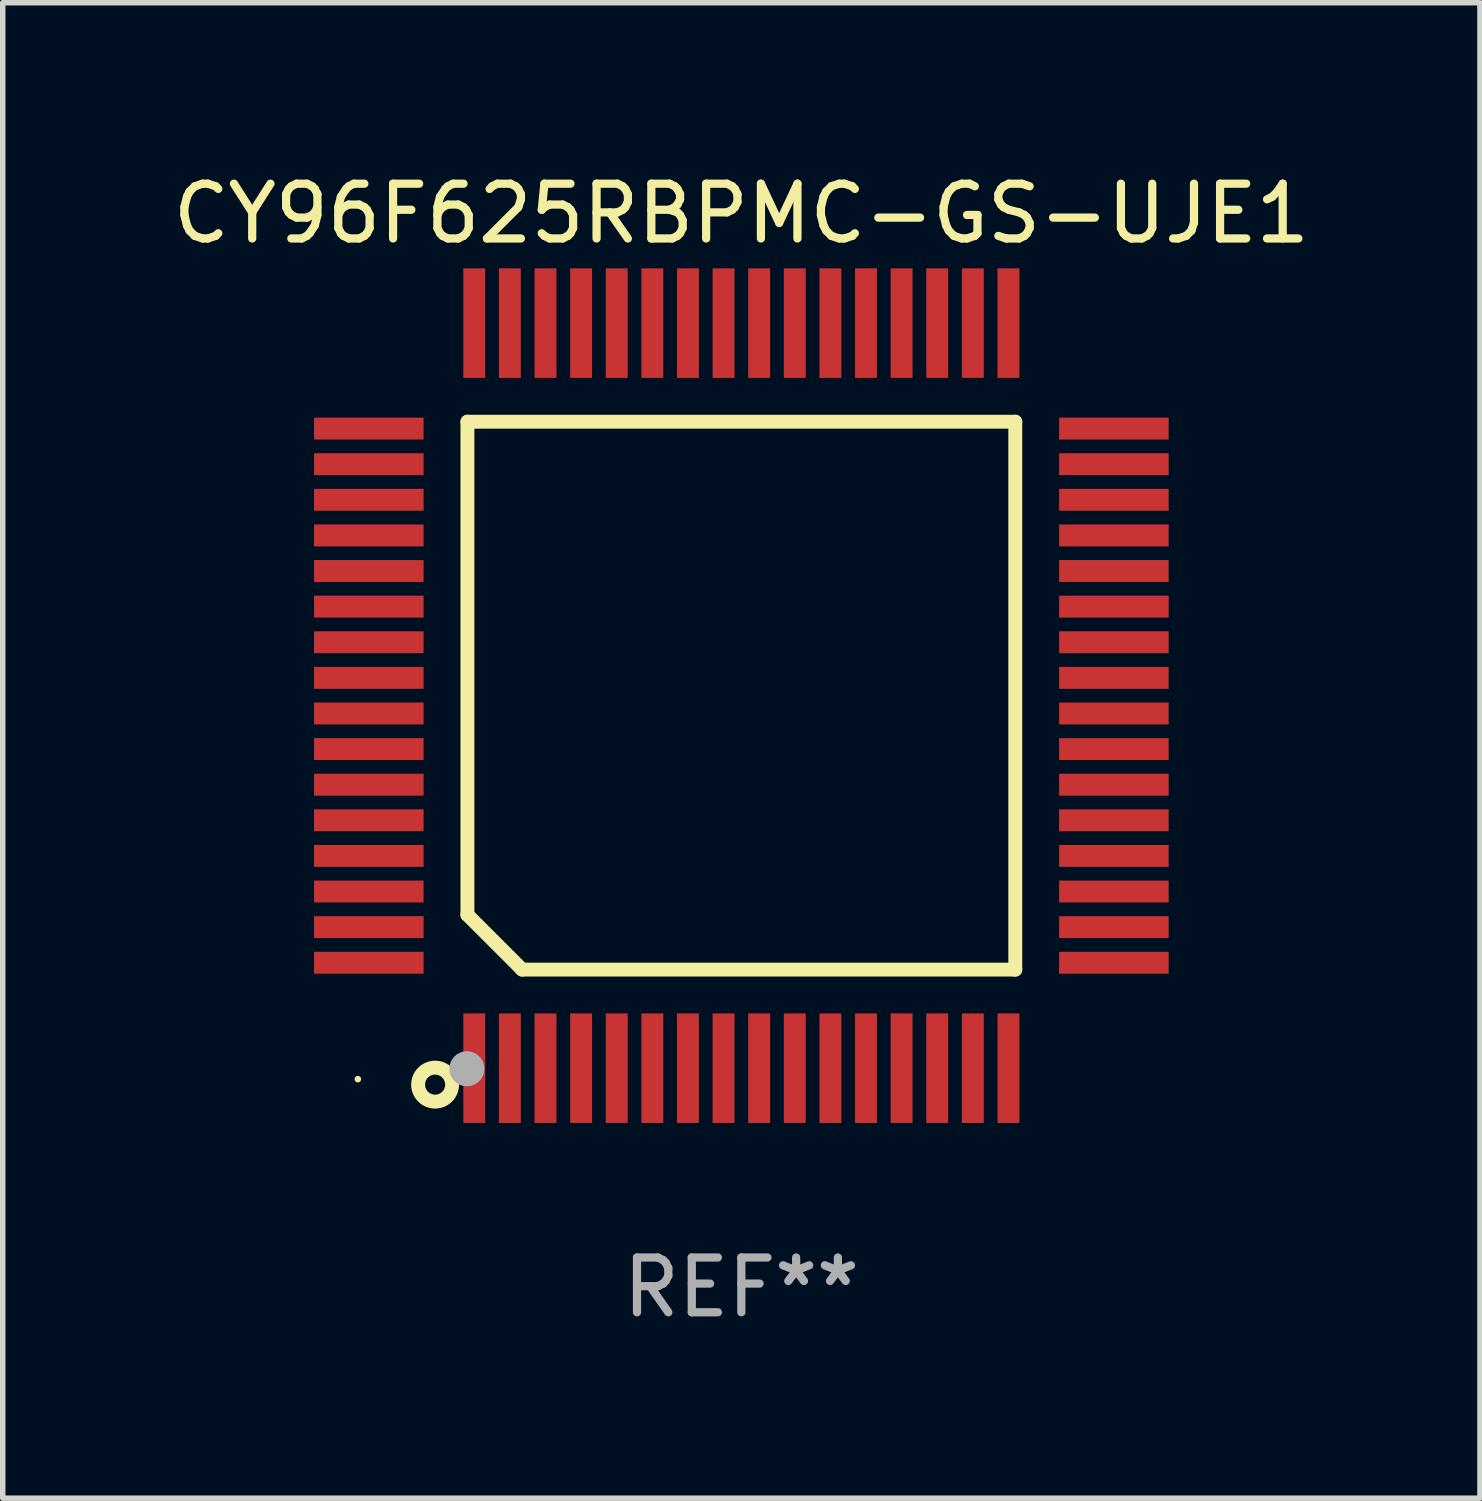
<source format=kicad_pcb>
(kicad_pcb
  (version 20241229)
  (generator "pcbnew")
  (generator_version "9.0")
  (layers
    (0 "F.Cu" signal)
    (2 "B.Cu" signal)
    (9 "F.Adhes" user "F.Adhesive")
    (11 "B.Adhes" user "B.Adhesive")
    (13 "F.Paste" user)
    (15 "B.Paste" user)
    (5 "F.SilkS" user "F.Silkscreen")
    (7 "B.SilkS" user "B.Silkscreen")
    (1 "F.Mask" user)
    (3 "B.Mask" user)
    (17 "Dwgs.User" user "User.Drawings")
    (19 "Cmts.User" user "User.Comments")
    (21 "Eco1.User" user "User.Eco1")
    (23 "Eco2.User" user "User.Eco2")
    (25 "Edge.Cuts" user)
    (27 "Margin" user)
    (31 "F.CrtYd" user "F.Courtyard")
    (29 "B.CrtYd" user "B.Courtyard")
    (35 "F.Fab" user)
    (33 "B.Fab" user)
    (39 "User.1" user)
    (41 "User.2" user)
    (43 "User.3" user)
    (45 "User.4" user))
  (footprint "CY96F625RBPMC-GS-UJE1"
    (layer "F.Cu")
    (at 10.482 9.648)
    (property "Reference" "CY96F625RBPMC-GS-UJE1" (at 0 -8.8 0) (layer "F.SilkS") (effects (font (size 1 1) (thickness 0.15))))
    (attr through_hole)
    (fp_line (start -5 -5) (end 5 -5) (stroke (width 0.254) (type solid)) (layer "F.SilkS"))
    (fp_line (start -5 4) (end -5 -5) (stroke (width 0.254) (type solid)) (layer "F.SilkS"))
    (fp_line (start -4 5) (end -5 4) (stroke (width 0.254) (type solid)) (layer "F.SilkS"))
    (fp_line (start 5 -5) (end 5 5) (stroke (width 0.254) (type solid)) (layer "F.SilkS"))
    (fp_line (start 5 5) (end -4 5) (stroke (width 0.254) (type solid)) (layer "F.SilkS"))
    (fp_circle (center -7 7) (end -6.97 7) (stroke (width 0.06) (type solid)) (fill no) (layer "F.SilkS"))
    (fp_circle (center -5.59 7.1) (end -5.28 7.1) (stroke (width 0.254) (type solid)) (fill no) (layer "F.SilkS"))
    (fp_circle (center -5.01 6.81) (end -4.85 6.81) (stroke (width 0.32) (type solid)) (fill no) (layer "F.Fab"))
    (fp_text user "REF**" (at 0 10.8 0) (layer "F.Fab") (effects (font (size 1 1) (thickness 0.15))))
    (pad "1" smd rect (at -4.875 6.8) (size 0.4 2) (layers "F.Cu" "F.Mask" "F.Paste"))
    (pad "2" smd rect (at -4.225 6.8) (size 0.4 2) (layers "F.Cu" "F.Mask" "F.Paste"))
    (pad "3" smd rect (at -3.575 6.8) (size 0.4 2) (layers "F.Cu" "F.Mask" "F.Paste"))
    (pad "4" smd rect (at -2.925 6.8) (size 0.4 2) (layers "F.Cu" "F.Mask" "F.Paste"))
    (pad "5" smd rect (at -2.275 6.8) (size 0.4 2) (layers "F.Cu" "F.Mask" "F.Paste"))
    (pad "6" smd rect (at -1.625 6.8) (size 0.4 2) (layers "F.Cu" "F.Mask" "F.Paste"))
    (pad "7" smd rect (at -0.975 6.8) (size 0.4 2) (layers "F.Cu" "F.Mask" "F.Paste"))
    (pad "8" smd rect (at -0.325 6.8) (size 0.4 2) (layers "F.Cu" "F.Mask" "F.Paste"))
    (pad "9" smd rect (at 0.325 6.8) (size 0.4 2) (layers "F.Cu" "F.Mask" "F.Paste"))
    (pad "10" smd rect (at 0.975 6.8) (size 0.4 2) (layers "F.Cu" "F.Mask" "F.Paste"))
    (pad "11" smd rect (at 1.625 6.8) (size 0.4 2) (layers "F.Cu" "F.Mask" "F.Paste"))
    (pad "12" smd rect (at 2.275 6.8) (size 0.4 2) (layers "F.Cu" "F.Mask" "F.Paste"))
    (pad "13" smd rect (at 2.925 6.8) (size 0.4 2) (layers "F.Cu" "F.Mask" "F.Paste"))
    (pad "14" smd rect (at 3.575 6.8) (size 0.4 2) (layers "F.Cu" "F.Mask" "F.Paste"))
    (pad "15" smd rect (at 4.225 6.8) (size 0.4 2) (layers "F.Cu" "F.Mask" "F.Paste"))
    (pad "16" smd rect (at 4.875 6.8) (size 0.4 2) (layers "F.Cu" "F.Mask" "F.Paste"))
    (pad "17" smd rect (at 6.8 4.875) (size 2 0.4) (layers "F.Cu" "F.Mask" "F.Paste"))
    (pad "18" smd rect (at 6.8 4.225) (size 2 0.4) (layers "F.Cu" "F.Mask" "F.Paste"))
    (pad "19" smd rect (at 6.8 3.575) (size 2 0.4) (layers "F.Cu" "F.Mask" "F.Paste"))
    (pad "20" smd rect (at 6.8 2.925) (size 2 0.4) (layers "F.Cu" "F.Mask" "F.Paste"))
    (pad "21" smd rect (at 6.8 2.275) (size 2 0.4) (layers "F.Cu" "F.Mask" "F.Paste"))
    (pad "22" smd rect (at 6.8 1.625) (size 2 0.4) (layers "F.Cu" "F.Mask" "F.Paste"))
    (pad "23" smd rect (at 6.8 0.975) (size 2 0.4) (layers "F.Cu" "F.Mask" "F.Paste"))
    (pad "24" smd rect (at 6.8 0.325) (size 2 0.4) (layers "F.Cu" "F.Mask" "F.Paste"))
    (pad "25" smd rect (at 6.8 -0.325) (size 2 0.4) (layers "F.Cu" "F.Mask" "F.Paste"))
    (pad "26" smd rect (at 6.8 -0.975) (size 2 0.4) (layers "F.Cu" "F.Mask" "F.Paste"))
    (pad "27" smd rect (at 6.8 -1.625) (size 2 0.4) (layers "F.Cu" "F.Mask" "F.Paste"))
    (pad "28" smd rect (at 6.8 -2.275) (size 2 0.4) (layers "F.Cu" "F.Mask" "F.Paste"))
    (pad "29" smd rect (at 6.8 -2.925) (size 2 0.4) (layers "F.Cu" "F.Mask" "F.Paste"))
    (pad "30" smd rect (at 6.8 -3.575) (size 2 0.4) (layers "F.Cu" "F.Mask" "F.Paste"))
    (pad "31" smd rect (at 6.8 -4.225) (size 2 0.4) (layers "F.Cu" "F.Mask" "F.Paste"))
    (pad "32" smd rect (at 6.8 -4.875) (size 2 0.4) (layers "F.Cu" "F.Mask" "F.Paste"))
    (pad "33" smd rect (at 4.875 -6.8) (size 0.4 2) (layers "F.Cu" "F.Mask" "F.Paste"))
    (pad "34" smd rect (at 4.225 -6.8) (size 0.4 2) (layers "F.Cu" "F.Mask" "F.Paste"))
    (pad "35" smd rect (at 3.575 -6.8) (size 0.4 2) (layers "F.Cu" "F.Mask" "F.Paste"))
    (pad "36" smd rect (at 2.925 -6.8) (size 0.4 2) (layers "F.Cu" "F.Mask" "F.Paste"))
    (pad "37" smd rect (at 2.275 -6.8) (size 0.4 2) (layers "F.Cu" "F.Mask" "F.Paste"))
    (pad "38" smd rect (at 1.625 -6.8) (size 0.4 2) (layers "F.Cu" "F.Mask" "F.Paste"))
    (pad "39" smd rect (at 0.975 -6.8) (size 0.4 2) (layers "F.Cu" "F.Mask" "F.Paste"))
    (pad "40" smd rect (at 0.325 -6.8) (size 0.4 2) (layers "F.Cu" "F.Mask" "F.Paste"))
    (pad "41" smd rect (at -0.325 -6.8) (size 0.4 2) (layers "F.Cu" "F.Mask" "F.Paste"))
    (pad "42" smd rect (at -0.975 -6.8) (size 0.4 2) (layers "F.Cu" "F.Mask" "F.Paste"))
    (pad "43" smd rect (at -1.625 -6.8) (size 0.4 2) (layers "F.Cu" "F.Mask" "F.Paste"))
    (pad "44" smd rect (at -2.275 -6.8) (size 0.4 2) (layers "F.Cu" "F.Mask" "F.Paste"))
    (pad "45" smd rect (at -2.925 -6.8) (size 0.4 2) (layers "F.Cu" "F.Mask" "F.Paste"))
    (pad "46" smd rect (at -3.575 -6.8) (size 0.4 2) (layers "F.Cu" "F.Mask" "F.Paste"))
    (pad "47" smd rect (at -4.225 -6.8) (size 0.4 2) (layers "F.Cu" "F.Mask" "F.Paste"))
    (pad "48" smd rect (at -4.875 -6.8) (size 0.4 2) (layers "F.Cu" "F.Mask" "F.Paste"))
    (pad "49" smd rect (at -6.8 -4.875) (size 2 0.4) (layers "F.Cu" "F.Mask" "F.Paste"))
    (pad "50" smd rect (at -6.8 -4.225) (size 2 0.4) (layers "F.Cu" "F.Mask" "F.Paste"))
    (pad "51" smd rect (at -6.8 -3.575) (size 2 0.4) (layers "F.Cu" "F.Mask" "F.Paste"))
    (pad "52" smd rect (at -6.8 -2.925) (size 2 0.4) (layers "F.Cu" "F.Mask" "F.Paste"))
    (pad "53" smd rect (at -6.8 -2.275) (size 2 0.4) (layers "F.Cu" "F.Mask" "F.Paste"))
    (pad "54" smd rect (at -6.8 -1.625) (size 2 0.4) (layers "F.Cu" "F.Mask" "F.Paste"))
    (pad "55" smd rect (at -6.8 -0.975) (size 2 0.4) (layers "F.Cu" "F.Mask" "F.Paste"))
    (pad "56" smd rect (at -6.8 -0.325) (size 2 0.4) (layers "F.Cu" "F.Mask" "F.Paste"))
    (pad "57" smd rect (at -6.8 0.325) (size 2 0.4) (layers "F.Cu" "F.Mask" "F.Paste"))
    (pad "58" smd rect (at -6.8 0.975) (size 2 0.4) (layers "F.Cu" "F.Mask" "F.Paste"))
    (pad "59" smd rect (at -6.8 1.625) (size 2 0.4) (layers "F.Cu" "F.Mask" "F.Paste"))
    (pad "60" smd rect (at -6.8 2.275) (size 2 0.4) (layers "F.Cu" "F.Mask" "F.Paste"))
    (pad "61" smd rect (at -6.8 2.925) (size 2 0.4) (layers "F.Cu" "F.Mask" "F.Paste"))
    (pad "62" smd rect (at -6.8 3.575) (size 2 0.4) (layers "F.Cu" "F.Mask" "F.Paste"))
    (pad "63" smd rect (at -6.8 4.225) (size 2 0.4) (layers "F.Cu" "F.Mask" "F.Paste"))
    (pad "64" smd rect (at -6.8 4.875) (size 2 0.4) (layers "F.Cu" "F.Mask" "F.Paste")))
  (gr_rect
    (start -3 -3)
    (end 23.964 24.297)
    (stroke (width 0.1) (type default))
    (fill no)
    (layer "Edge.Cuts")))
</source>
